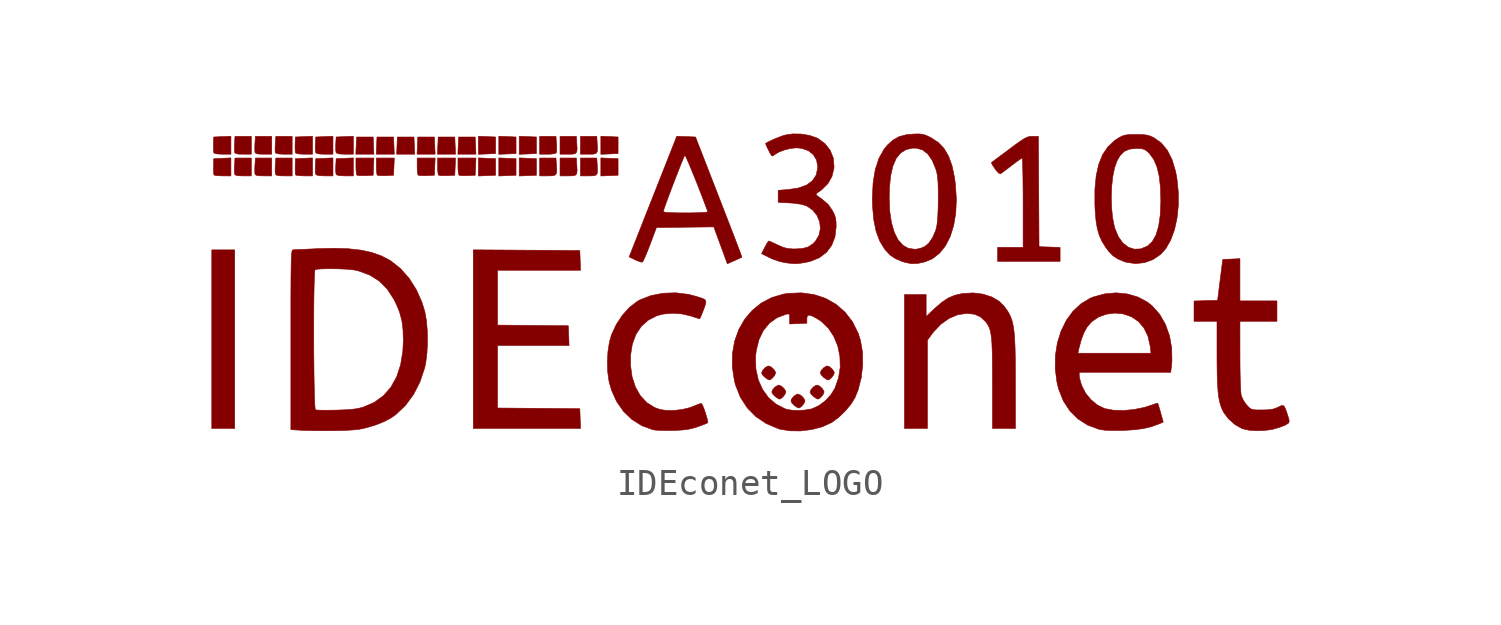
<source format=kicad_sym>
(kicad_symbol_lib
  (version 20211014)
  (generator kicad_symbol_editor)
  (symbol "IDEconet_LOGO"
    (pin_names
      (offset 1.016))
    (property "Reference" "#G"
      (at 0 8.517 0)
      (effects (font (size 1.27 1.27)) hide))
    (symbol "IDEconet_LOGO_0_0"
      (polyline (pts (xy -20.066 1.077) (xy -20.946 1.077) (xy -20.946 -5.775) (xy -20.066 -5.775) (xy -20.066 1.077)) (stroke (width 0.01) (type default) (color 0 0 0 0)) (fill (type outline)))
      (polyline (pts (xy -9.604 3.925) (xy -9.274 3.94) (xy -9.274 4.576) (xy -9.935 4.605) (xy -9.935 3.911) (xy -9.604 3.925)) (stroke (width 0.01) (type default) (color 0 0 0 0)) (fill (type outline)))
      (polyline (pts (xy -9.604 4.757) (xy -9.274 4.772) (xy -9.274 5.408) (xy -9.935 5.437) (xy -9.935 4.743) (xy -9.604 4.757)) (stroke (width 0.01) (type default) (color 0 0 0 0)) (fill (type outline)))
      (polyline (pts (xy -14.741 5.078) (xy -14.755 5.408) (xy -15.392 5.408) (xy -15.406 5.078) (xy -15.421 4.747) (xy -14.726 4.747) (xy -14.741 5.078)) (stroke (width 0.01) (type default) (color 0 0 0 0)) (fill (type outline)))
      (polyline (pts (xy -13.958 5.078) (xy -13.972 5.408) (xy -14.609 5.408) (xy -14.623 5.078) (xy -14.638 4.747) (xy -13.944 4.747) (xy -13.958 5.078)) (stroke (width 0.01) (type default) (color 0 0 0 0)) (fill (type outline)))
      (polyline (pts (xy -13.175 5.078) (xy -13.189 5.408) (xy -13.826 5.408) (xy -13.84 5.078) (xy -13.854 4.747) (xy -13.16 4.747) (xy -13.175 5.078)) (stroke (width 0.01) (type default) (color 0 0 0 0)) (fill (type outline)))
      (polyline (pts (xy -12.392 5.078) (xy -12.406 5.408) (xy -13.043 5.408) (xy -13.057 5.078) (xy -13.072 4.747) (xy -12.377 4.747) (xy -12.392 5.078)) (stroke (width 0.01) (type default) (color 0 0 0 0)) (fill (type outline)))
      (polyline (pts (xy -11.609 5.078) (xy -11.623 5.408) (xy -12.259 5.408) (xy -12.274 5.078) (xy -12.289 4.747) (xy -11.594 4.747) (xy -11.609 5.078)) (stroke (width 0.01) (type default) (color 0 0 0 0)) (fill (type outline)))
      (polyline (pts (xy -10.826 5.078) (xy -10.84 5.408) (xy -11.476 5.408) (xy -11.491 5.078) (xy -11.505 4.747) (xy -10.811 4.747) (xy -10.826 5.078)) (stroke (width 0.01) (type default) (color 0 0 0 0)) (fill (type outline)))
      (polyline (pts (xy -10.387 3.925) (xy -10.057 3.94) (xy -10.057 4.576) (xy -10.387 4.59) (xy -10.718 4.605) (xy -10.718 3.911) (xy -10.387 3.925)) (stroke (width 0.01) (type default) (color 0 0 0 0)) (fill (type outline)))
      (polyline (pts (xy -10.387 4.757) (xy -10.057 4.772) (xy -10.057 5.408) (xy -10.387 5.422) (xy -10.718 5.437) (xy -10.718 4.743) (xy -10.387 4.757)) (stroke (width 0.01) (type default) (color 0 0 0 0)) (fill (type outline)))
      (polyline (pts (xy -8.822 3.925) (xy -8.491 3.94) (xy -8.491 4.576) (xy -8.822 4.59) (xy -9.152 4.605) (xy -9.152 3.911) (xy -8.822 3.925)) (stroke (width 0.01) (type default) (color 0 0 0 0)) (fill (type outline)))
      (polyline (pts (xy -8.822 4.757) (xy -8.491 4.772) (xy -8.491 5.408) (xy -8.822 5.422) (xy -9.152 5.437) (xy -9.152 4.743) (xy -8.822 4.757)) (stroke (width 0.01) (type default) (color 0 0 0 0)) (fill (type outline)))
      (polyline (pts (xy -5.689 3.925) (xy -5.359 3.94) (xy -5.359 4.576) (xy -5.689 4.59) (xy -6.02 4.605) (xy -6.02 3.911) (xy -5.689 3.925)) (stroke (width 0.01) (type default) (color 0 0 0 0)) (fill (type outline)))
      (polyline (pts (xy -5.689 4.757) (xy -5.359 4.772) (xy -5.359 5.408) (xy -5.689 5.422) (xy -6.02 5.437) (xy -6.02 4.743) (xy -5.689 4.757)) (stroke (width 0.01) (type default) (color 0 0 0 0)) (fill (type outline)))
      (polyline (pts (xy -7.88 3.92) (xy -7.775 3.946) (xy -7.723 4.013) (xy -7.711 4.139) (xy -7.723 4.343) (xy -7.742 4.6) (xy -8.369 4.6) (xy -8.369 3.915) (xy -8.053 3.915) (xy -7.88 3.92)) (stroke (width 0.01) (type default) (color 0 0 0 0)) (fill (type outline)))
      (polyline (pts (xy -7.086 3.919) (xy -6.989 3.945) (xy -6.942 4.01) (xy -6.931 4.134) (xy -6.942 4.338) (xy -6.958 4.6) (xy -7.586 4.6) (xy -7.586 3.915) (xy -7.25 3.915) (xy -7.086 3.919)) (stroke (width 0.01) (type default) (color 0 0 0 0)) (fill (type outline)))
      (polyline (pts (xy -7.086 4.751) (xy -6.989 4.777) (xy -6.942 4.842) (xy -6.931 4.966) (xy -6.942 5.17) (xy -6.958 5.432) (xy -7.586 5.432) (xy -7.586 4.747) (xy -7.25 4.747) (xy -7.086 4.751)) (stroke (width 0.01) (type default) (color 0 0 0 0)) (fill (type outline)))
      (polyline (pts (xy -6.303 3.919) (xy -6.206 3.945) (xy -6.159 4.01) (xy -6.148 4.134) (xy -6.159 4.338) (xy -6.176 4.6) (xy -6.803 4.6) (xy -6.803 3.915) (xy -6.467 3.915) (xy -6.303 3.919)) (stroke (width 0.01) (type default) (color 0 0 0 0)) (fill (type outline)))
      (polyline (pts (xy -6.303 4.751) (xy -6.206 4.777) (xy -6.159 4.842) (xy -6.148 4.966) (xy -6.159 5.17) (xy -6.176 5.432) (xy -6.803 5.432) (xy -6.803 4.747) (xy -6.467 4.747) (xy -6.303 4.751)) (stroke (width 0.01) (type default) (color 0 0 0 0)) (fill (type outline)))
      (polyline (pts (xy -17.863 5.432) (xy -18.49 5.432) (xy -18.51 5.151) (xy -18.516 5.03) (xy -18.517 4.888) (xy -18.509 4.808) (xy -18.489 4.787) (xy -18.379 4.757) (xy -18.176 4.747) (xy -17.863 4.747) (xy -17.863 5.432)) (stroke (width 0.01) (type default) (color 0 0 0 0)) (fill (type outline)))
      (polyline (pts (xy -7.944 4.75) (xy -7.787 4.769) (xy -7.723 4.808) (xy -7.716 4.859) (xy -7.715 4.987) (xy -7.722 5.151) (xy -7.742 5.432) (xy -8.369 5.432) (xy -8.369 4.747) (xy -8.056 4.747) (xy -7.944 4.75)) (stroke (width 0.01) (type default) (color 0 0 0 0)) (fill (type outline)))
      (polyline (pts (xy -20.212 4.605) (xy -20.543 4.59) (xy -20.873 4.576) (xy -20.879 4.282) (xy -20.88 4.149) (xy -20.874 4.017) (xy -20.864 3.952) (xy -20.815 3.934) (xy -20.693 3.921) (xy -20.527 3.915) (xy -20.212 3.915) (xy -20.212 4.605)) (stroke (width 0.01) (type default) (color 0 0 0 0)) (fill (type outline)))
      (polyline (pts (xy -20.212 5.437) (xy -20.543 5.422) (xy -20.873 5.408) (xy -20.882 5.139) (xy -20.884 5.031) (xy -20.881 4.889) (xy -20.871 4.808) (xy -20.851 4.786) (xy -20.739 4.757) (xy -20.532 4.747) (xy -20.212 4.747) (xy -20.212 5.437)) (stroke (width 0.01) (type default) (color 0 0 0 0)) (fill (type outline)))
      (polyline (pts (xy -19.429 4.6) (xy -20.056 4.6) (xy -20.073 4.338) (xy -20.078 4.237) (xy -20.08 4.087) (xy -20.074 3.995) (xy -20.068 3.975) (xy -20.023 3.939) (xy -19.922 3.92) (xy -19.744 3.915) (xy -19.429 3.915) (xy -19.429 4.6)) (stroke (width 0.01) (type default) (color 0 0 0 0)) (fill (type outline)))
      (polyline (pts (xy -19.429 5.432) (xy -20.056 5.432) (xy -20.073 5.17) (xy -20.078 5.069) (xy -20.08 4.919) (xy -20.074 4.827) (xy -20.068 4.807) (xy -20.023 4.771) (xy -19.922 4.752) (xy -19.744 4.747) (xy -19.429 4.747) (xy -19.429 5.432)) (stroke (width 0.01) (type default) (color 0 0 0 0)) (fill (type outline)))
      (polyline (pts (xy -18.646 4.6) (xy -19.273 4.6) (xy -19.29 4.338) (xy -19.295 4.237) (xy -19.297 4.087) (xy -19.291 3.995) (xy -19.285 3.975) (xy -19.24 3.939) (xy -19.139 3.92) (xy -18.961 3.915) (xy -18.646 3.915) (xy -18.646 4.6)) (stroke (width 0.01) (type default) (color 0 0 0 0)) (fill (type outline)))
      (polyline (pts (xy -18.646 5.432) (xy -19.273 5.432) (xy -19.29 5.17) (xy -19.295 5.069) (xy -19.297 4.919) (xy -19.291 4.827) (xy -19.285 4.807) (xy -19.24 4.771) (xy -19.139 4.752) (xy -18.961 4.747) (xy -18.646 4.747) (xy -18.646 5.432)) (stroke (width 0.01) (type default) (color 0 0 0 0)) (fill (type outline)))
      (polyline (pts (xy -17.863 4.6) (xy -18.49 4.6) (xy -18.509 4.343) (xy -18.515 4.249) (xy -18.516 4.098) (xy -18.508 4.001) (xy -18.498 3.974) (xy -18.452 3.938) (xy -18.351 3.92) (xy -18.176 3.915) (xy -17.863 3.915) (xy -17.863 4.6)) (stroke (width 0.01) (type default) (color 0 0 0 0)) (fill (type outline)))
      (polyline (pts (xy -17.08 4.605) (xy -17.41 4.59) (xy -17.741 4.576) (xy -17.747 4.282) (xy -17.747 4.149) (xy -17.742 4.017) (xy -17.732 3.952) (xy -17.682 3.934) (xy -17.561 3.921) (xy -17.395 3.915) (xy -17.08 3.915) (xy -17.08 4.605)) (stroke (width 0.01) (type default) (color 0 0 0 0)) (fill (type outline)))
      (polyline (pts (xy -17.08 5.437) (xy -17.41 5.422) (xy -17.741 5.408) (xy -17.75 5.139) (xy -17.752 5.031) (xy -17.749 4.889) (xy -17.739 4.808) (xy -17.719 4.786) (xy -17.607 4.757) (xy -17.4 4.747) (xy -17.08 4.747) (xy -17.08 5.437)) (stroke (width 0.01) (type default) (color 0 0 0 0)) (fill (type outline)))
      (polyline (pts (xy -16.297 4.605) (xy -16.627 4.59) (xy -16.958 4.576) (xy -16.973 4.313) (xy -16.977 4.21) (xy -16.974 4.067) (xy -16.962 3.982) (xy -16.927 3.949) (xy -16.814 3.923) (xy -16.617 3.915) (xy -16.297 3.915) (xy -16.297 4.605)) (stroke (width 0.01) (type default) (color 0 0 0 0)) (fill (type outline)))
      (polyline (pts (xy -16.297 5.437) (xy -16.627 5.422) (xy -16.958 5.408) (xy -16.973 5.145) (xy -16.977 5.042) (xy -16.974 4.899) (xy -16.962 4.814) (xy -16.927 4.781) (xy -16.814 4.755) (xy -16.617 4.747) (xy -16.297 4.747) (xy -16.297 5.437)) (stroke (width 0.01) (type default) (color 0 0 0 0)) (fill (type outline)))
      (polyline (pts (xy -15.514 4.605) (xy -15.844 4.59) (xy -16.175 4.576) (xy -16.19 4.313) (xy -16.194 4.21) (xy -16.191 4.067) (xy -16.179 3.982) (xy -16.144 3.949) (xy -16.031 3.923) (xy -15.834 3.915) (xy -15.514 3.915) (xy -15.514 4.605)) (stroke (width 0.01) (type default) (color 0 0 0 0)) (fill (type outline)))
      (polyline (pts (xy -15.514 5.437) (xy -15.844 5.422) (xy -16.175 5.408) (xy -16.19 5.145) (xy -16.194 5.042) (xy -16.191 4.899) (xy -16.179 4.814) (xy -16.144 4.781) (xy -16.031 4.755) (xy -15.834 4.747) (xy -15.514 4.747) (xy -15.514 5.437)) (stroke (width 0.01) (type default) (color 0 0 0 0)) (fill (type outline)))
      (polyline (pts (xy -15.051 3.925) (xy -14.755 3.94) (xy -14.741 4.27) (xy -14.726 4.6) (xy -15.416 4.6) (xy -15.416 4.29) (xy -15.412 4.141) (xy -15.399 4.01) (xy -15.382 3.946) (xy -15.335 3.932) (xy -15.214 3.923) (xy -15.051 3.925)) (stroke (width 0.01) (type default) (color 0 0 0 0)) (fill (type outline)))
      (polyline (pts (xy -14.268 3.925) (xy -13.972 3.94) (xy -13.958 4.27) (xy -13.944 4.6) (xy -14.633 4.6) (xy -14.633 4.29) (xy -14.629 4.141) (xy -14.617 4.01) (xy -14.598 3.946) (xy -14.552 3.932) (xy -14.431 3.923) (xy -14.268 3.925)) (stroke (width 0.01) (type default) (color 0 0 0 0)) (fill (type outline)))
      (polyline (pts (xy -12.702 3.925) (xy -12.406 3.94) (xy -12.392 4.27) (xy -12.377 4.6) (xy -13.067 4.6) (xy -13.067 4.29) (xy -13.063 4.141) (xy -13.05 4.01) (xy -13.032 3.946) (xy -12.986 3.932) (xy -12.864 3.923) (xy -12.702 3.925)) (stroke (width 0.01) (type default) (color 0 0 0 0)) (fill (type outline)))
      (polyline (pts (xy -11.919 3.925) (xy -11.623 3.94) (xy -11.609 4.27) (xy -11.594 4.6) (xy -12.284 4.6) (xy -12.284 4.29) (xy -12.28 4.141) (xy -12.267 4.01) (xy -12.249 3.946) (xy -12.203 3.932) (xy -12.081 3.923) (xy -11.919 3.925)) (stroke (width 0.01) (type default) (color 0 0 0 0)) (fill (type outline)))
      (polyline (pts (xy -11.136 3.925) (xy -10.84 3.94) (xy -10.826 4.27) (xy -10.811 4.6) (xy -11.501 4.6) (xy -11.501 4.29) (xy -11.497 4.141) (xy -11.484 4.01) (xy -11.466 3.946) (xy -11.419 3.932) (xy -11.298 3.923) (xy -11.136 3.925)) (stroke (width 0.01) (type default) (color 0 0 0 0)) (fill (type outline)))
      (polyline (pts (xy -6.813 -5.396) (xy -6.827 -5.016) (xy -8.405 -5.003) (xy -9.984 -4.99) (xy -9.984 -2.594) (xy -7.239 -2.594) (xy -7.268 -1.835) (xy -9.984 -1.809) (xy -9.984 0.294) (xy -6.799 0.294) (xy -6.813 0.673) (xy -6.827 1.052) (xy -10.914 1.078) (xy -10.914 -5.775) (xy -6.799 -5.775) (xy -6.813 -5.396)) (stroke (width 0.01) (type default) (color 0 0 0 0)) (fill (type outline)))
      (polyline (pts (xy 0.491 -3.9) (xy 0.576 -3.828) (xy 0.652 -3.73) (xy 0.685 -3.646) (xy 0.678 -3.607) (xy 0.613 -3.505) (xy 0.513 -3.415) (xy 0.416 -3.377) (xy 0.376 -3.385) (xy 0.274 -3.45) (xy 0.185 -3.548) (xy 0.147 -3.643) (xy 0.147 -3.646) (xy 0.187 -3.725) (xy 0.276 -3.814) (xy 0.284 -3.82) (xy 0.383 -3.888) (xy 0.447 -3.915) (xy 0.491 -3.9)) (stroke (width 0.01) (type default) (color 0 0 0 0)) (fill (type outline)))
      (polyline (pts (xy 0.882 -4.634) (xy 0.968 -4.562) (xy 1.044 -4.465) (xy 1.077 -4.38) (xy 1.069 -4.341) (xy 1.004 -4.239) (xy 0.905 -4.149) (xy 0.807 -4.111) (xy 0.767 -4.119) (xy 0.665 -4.184) (xy 0.577 -4.282) (xy 0.538 -4.377) (xy 0.539 -4.38) (xy 0.579 -4.459) (xy 0.667 -4.548) (xy 0.675 -4.554) (xy 0.774 -4.622) (xy 0.839 -4.649) (xy 0.882 -4.634)) (stroke (width 0.01) (type default) (color 0 0 0 0)) (fill (type outline)))
      (polyline (pts (xy 1.616 -4.976) (xy 1.702 -4.904) (xy 1.778 -4.807) (xy 1.811 -4.723) (xy 1.803 -4.684) (xy 1.738 -4.581) (xy 1.639 -4.492) (xy 1.542 -4.454) (xy 1.502 -4.462) (xy 1.4 -4.527) (xy 1.311 -4.625) (xy 1.272 -4.719) (xy 1.273 -4.723) (xy 1.313 -4.801) (xy 1.401 -4.891) (xy 1.41 -4.897) (xy 1.508 -4.964) (xy 1.573 -4.992) (xy 1.616 -4.976)) (stroke (width 0.01) (type default) (color 0 0 0 0)) (fill (type outline)))
      (polyline (pts (xy 2.35 -4.634) (xy 2.436 -4.562) (xy 2.512 -4.465) (xy 2.545 -4.38) (xy 2.537 -4.341) (xy 2.473 -4.239) (xy 2.373 -4.149) (xy 2.276 -4.111) (xy 2.236 -4.119) (xy 2.134 -4.184) (xy 2.045 -4.282) (xy 2.007 -4.377) (xy 2.007 -4.38) (xy 2.047 -4.459) (xy 2.135 -4.548) (xy 2.144 -4.554) (xy 2.243 -4.622) (xy 2.307 -4.649) (xy 2.35 -4.634)) (stroke (width 0.01) (type default) (color 0 0 0 0)) (fill (type outline)))
      (polyline (pts (xy 2.742 -3.9) (xy 2.828 -3.828) (xy 2.904 -3.73) (xy 2.936 -3.646) (xy 2.929 -3.607) (xy 2.864 -3.505) (xy 2.764 -3.415) (xy 2.667 -3.377) (xy 2.627 -3.385) (xy 2.525 -3.45) (xy 2.436 -3.548) (xy 2.398 -3.643) (xy 2.398 -3.646) (xy 2.438 -3.725) (xy 2.527 -3.814) (xy 2.535 -3.82) (xy 2.634 -3.888) (xy 2.698 -3.915) (xy 2.742 -3.9)) (stroke (width 0.01) (type default) (color 0 0 0 0)) (fill (type outline)))
      (polyline (pts (xy 11.599 1.171) (xy 11.195 1.185) (xy 10.791 1.199) (xy 10.779 3.316) (xy 10.766 5.432) (xy 10.538 5.432) (xy 10.485 5.431) (xy 10.402 5.421) (xy 10.316 5.393) (xy 10.212 5.339) (xy 10.076 5.25) (xy 9.892 5.119) (xy 9.646 4.936) (xy 9.474 4.807) (xy 9.275 4.659) (xy 9.115 4.539) (xy 9.007 4.458) (xy 8.964 4.425) (xy 8.971 4.399) (xy 9.02 4.311) (xy 9.101 4.187) (xy 9.159 4.109) (xy 9.252 4.014) (xy 9.314 3.997) (xy 9.339 4.013) (xy 9.434 4.082) (xy 9.575 4.188) (xy 9.741 4.316) (xy 9.835 4.387) (xy 9.984 4.497) (xy 10.094 4.572) (xy 10.145 4.6) (xy 10.152 4.564) (xy 10.159 4.441) (xy 10.166 4.24) (xy 10.172 3.973) (xy 10.176 3.652) (xy 10.179 3.286) (xy 10.18 2.888) (xy 10.18 1.175) (xy 9.201 1.175) (xy 9.201 0.636) (xy 11.599 0.636) (xy 11.599 1.171)) (stroke (width 0.01) (type default) (color 0 0 0 0)) (fill (type outline)))
      (polyline (pts (xy 6.509 -2.387) (xy 6.685 -2.147) (xy 6.743 -2.072) (xy 7.03 -1.77) (xy 7.347 -1.547) (xy 7.683 -1.408) (xy 8.025 -1.361) (xy 8.034 -1.361) (xy 8.314 -1.392) (xy 8.538 -1.49) (xy 8.729 -1.665) (xy 8.741 -1.679) (xy 8.807 -1.767) (xy 8.861 -1.86) (xy 8.905 -1.97) (xy 8.938 -2.106) (xy 8.964 -2.278) (xy 8.982 -2.497) (xy 8.994 -2.774) (xy 9.001 -3.117) (xy 9.004 -3.538) (xy 9.005 -4.046) (xy 9.005 -5.775) (xy 9.886 -5.775) (xy 9.885 -4.001) (xy 9.884 -3.523) (xy 9.88 -3.047) (xy 9.871 -2.65) (xy 9.855 -2.321) (xy 9.832 -2.05) (xy 9.8 -1.828) (xy 9.757 -1.643) (xy 9.701 -1.486) (xy 9.631 -1.345) (xy 9.545 -1.211) (xy 9.442 -1.074) (xy 9.262 -0.897) (xy 8.981 -0.731) (xy 8.645 -0.622) (xy 8.272 -0.575) (xy 7.88 -0.595) (xy 7.842 -0.6) (xy 7.56 -0.664) (xy 7.31 -0.769) (xy 7.064 -0.932) (xy 6.795 -1.164) (xy 6.46 -1.48) (xy 6.46 -0.636) (xy 5.628 -0.636) (xy 5.628 -5.775) (xy 6.509 -5.775) (xy 6.509 -2.387)) (stroke (width 0.01) (type default) (color 0 0 0 0)) (fill (type outline)))
      (polyline (pts (xy 19.445 -5.852) (xy 19.753 -5.809) (xy 20.017 -5.733) (xy 20.1 -5.701) (xy 20.264 -5.632) (xy 20.356 -5.575) (xy 20.389 -5.51) (xy 20.378 -5.418) (xy 20.334 -5.279) (xy 20.303 -5.183) (xy 20.244 -5.016) (xy 20.195 -4.922) (xy 20.141 -4.891) (xy 20.067 -4.908) (xy 19.957 -4.961) (xy 19.904 -4.985) (xy 19.758 -5.034) (xy 19.581 -5.058) (xy 19.34 -5.065) (xy 19.143 -5.064) (xy 19.012 -5.054) (xy 18.924 -5.027) (xy 18.852 -4.974) (xy 18.769 -4.886) (xy 18.725 -4.835) (xy 18.619 -4.673) (xy 18.552 -4.519) (xy 18.543 -4.471) (xy 18.529 -4.314) (xy 18.517 -4.077) (xy 18.508 -3.771) (xy 18.502 -3.407) (xy 18.5 -2.998) (xy 18.499 -1.664) (xy 19.919 -1.664) (xy 19.919 -0.881) (xy 18.499 -0.881) (xy 18.499 0.739) (xy 18.169 0.724) (xy 17.839 0.71) (xy 17.74 -0.073) (xy 17.642 -0.856) (xy 17.19 -0.871) (xy 16.738 -0.885) (xy 16.738 -1.664) (xy 17.619 -1.664) (xy 17.619 -2.973) (xy 17.621 -3.366) (xy 17.628 -3.783) (xy 17.642 -4.124) (xy 17.663 -4.401) (xy 17.694 -4.627) (xy 17.735 -4.814) (xy 17.789 -4.975) (xy 17.855 -5.121) (xy 17.878 -5.163) (xy 18.065 -5.411) (xy 18.31 -5.627) (xy 18.576 -5.777) (xy 18.592 -5.783) (xy 18.832 -5.84) (xy 19.128 -5.863) (xy 19.445 -5.852)) (stroke (width 0.01) (type default) (color 0 0 0 0)) (fill (type outline)))
      (polyline (pts (xy -0.892 0.665) (xy -0.764 0.722) (xy -0.653 0.773) (xy -0.607 0.797) (xy -0.608 0.8) (xy -0.632 0.868) (xy -0.687 1.016) (xy -0.77 1.236) (xy -0.878 1.518) (xy -1.008 1.856) (xy -1.156 2.239) (xy -1.319 2.659) (xy -1.493 3.108) (xy -2.388 5.408) (xy -2.748 5.422) (xy -3.108 5.435) (xy -4.021 3.122) (xy -4.244 2.558) (xy -3.622 2.558) (xy -3.619 2.571) (xy -3.591 2.663) (xy -3.534 2.823) (xy -3.456 3.036) (xy -3.363 3.286) (xy -3.261 3.556) (xy -3.155 3.831) (xy -3.053 4.094) (xy -2.96 4.33) (xy -2.882 4.521) (xy -2.826 4.653) (xy -2.797 4.709) (xy -2.796 4.71) (xy -2.766 4.661) (xy -2.707 4.535) (xy -2.625 4.345) (xy -2.524 4.103) (xy -2.409 3.82) (xy -2.286 3.51) (xy -2.16 3.185) (xy -2.035 2.858) (xy -1.917 2.54) (xy -1.939 2.529) (xy -2.045 2.515) (xy -2.225 2.505) (xy -2.469 2.498) (xy -2.761 2.496) (xy -2.864 2.496) (xy -3.164 2.499) (xy -3.38 2.506) (xy -3.521 2.517) (xy -3.598 2.534) (xy -3.622 2.558) (xy -4.244 2.558) (xy -4.935 0.807) (xy -4.706 0.698) (xy -4.621 0.66) (xy -4.498 0.615) (xy -4.429 0.604) (xy -4.42 0.613) (xy -4.376 0.692) (xy -4.308 0.841) (xy -4.225 1.041) (xy -4.134 1.276) (xy -3.887 1.933) (xy -1.687 1.959) (xy -1.167 0.543) (xy -0.892 0.665)) (stroke (width 0.01) (type default) (color 0 0 0 0)) (fill (type outline)))
      (polyline (pts (xy -3.255 -5.852) (xy -3.195 -5.85) (xy -2.915 -5.836) (xy -2.694 -5.811) (xy -2.502 -5.77) (xy -2.307 -5.71) (xy -2.27 -5.697) (xy -2.101 -5.635) (xy -1.975 -5.585) (xy -1.918 -5.556) (xy -1.914 -5.539) (xy -1.929 -5.449) (xy -1.966 -5.31) (xy -2.017 -5.149) (xy -2.071 -4.995) (xy -2.121 -4.875) (xy -2.157 -4.819) (xy -2.206 -4.823) (xy -2.32 -4.861) (xy -2.471 -4.925) (xy -2.606 -4.976) (xy -2.89 -5.045) (xy -3.201 -5.082) (xy -3.499 -5.083) (xy -3.748 -5.047) (xy -3.958 -4.971) (xy -4.257 -4.783) (xy -4.503 -4.519) (xy -4.693 -4.187) (xy -4.821 -3.793) (xy -4.882 -3.346) (xy -4.88 -2.967) (xy -4.812 -2.538) (xy -4.674 -2.166) (xy -4.468 -1.857) (xy -4.196 -1.616) (xy -3.862 -1.447) (xy -3.625 -1.386) (xy -3.271 -1.355) (xy -2.904 -1.381) (xy -2.559 -1.462) (xy -2.406 -1.513) (xy -2.286 -1.552) (xy -2.232 -1.566) (xy -2.214 -1.542) (xy -2.17 -1.449) (xy -2.114 -1.309) (xy -2.035 -1.099) (xy -1.993 -0.96) (xy -1.995 -0.872) (xy -2.051 -0.815) (xy -2.17 -0.768) (xy -2.359 -0.708) (xy -2.661 -0.629) (xy -3.147 -0.57) (xy -3.635 -0.587) (xy -4.1 -0.677) (xy -4.52 -0.841) (xy -4.618 -0.896) (xy -4.919 -1.127) (xy -5.195 -1.433) (xy -5.433 -1.794) (xy -5.616 -2.193) (xy -5.691 -2.458) (xy -5.747 -2.822) (xy -5.769 -3.217) (xy -5.757 -3.609) (xy -5.707 -3.964) (xy -5.611 -4.307) (xy -5.415 -4.742) (xy -5.151 -5.119) (xy -4.827 -5.43) (xy -4.45 -5.667) (xy -4.028 -5.822) (xy -3.923 -5.838) (xy -3.736 -5.85) (xy -3.504 -5.855) (xy -3.255 -5.852)) (stroke (width 0.01) (type default) (color 0 0 0 0)) (fill (type outline)))
      (polyline (pts (xy 6.144 0.557) (xy 6.421 0.618) (xy 6.7 0.736) (xy 6.973 0.947) (xy 7.202 1.234) (xy 7.384 1.59) (xy 7.516 2.009) (xy 7.596 2.483) (xy 7.62 3.005) (xy 7.586 3.569) (xy 7.547 3.865) (xy 7.452 4.309) (xy 7.32 4.674) (xy 7.146 4.968) (xy 6.926 5.199) (xy 6.656 5.375) (xy 6.572 5.418) (xy 6.425 5.483) (xy 6.298 5.516) (xy 6.151 5.526) (xy 5.946 5.518) (xy 5.696 5.494) (xy 5.427 5.423) (xy 5.2 5.298) (xy 4.985 5.106) (xy 4.843 4.935) (xy 4.648 4.586) (xy 4.509 4.162) (xy 4.426 3.662) (xy 4.397 3.083) (xy 4.398 3.059) (xy 5.042 3.059) (xy 5.053 3.471) (xy 5.099 3.926) (xy 5.185 4.296) (xy 5.31 4.584) (xy 5.477 4.791) (xy 5.687 4.923) (xy 5.942 4.981) (xy 6.08 4.98) (xy 6.318 4.914) (xy 6.52 4.759) (xy 6.691 4.514) (xy 6.831 4.177) (xy 6.851 4.112) (xy 6.882 3.981) (xy 6.903 3.829) (xy 6.917 3.638) (xy 6.923 3.388) (xy 6.925 3.059) (xy 6.925 3.037) (xy 6.92 2.682) (xy 6.907 2.37) (xy 6.887 2.121) (xy 6.862 1.952) (xy 6.819 1.802) (xy 6.709 1.552) (xy 6.57 1.346) (xy 6.417 1.21) (xy 6.277 1.149) (xy 6.118 1.109) (xy 6.028 1.1) (xy 5.779 1.135) (xy 5.564 1.258) (xy 5.382 1.465) (xy 5.237 1.752) (xy 5.13 2.117) (xy 5.065 2.553) (xy 5.042 3.059) (xy 4.398 3.059) (xy 4.403 2.765) (xy 4.448 2.241) (xy 4.538 1.795) (xy 4.676 1.422) (xy 4.862 1.116) (xy 4.896 1.073) (xy 5.078 0.878) (xy 5.279 0.741) (xy 5.537 0.632) (xy 5.67 0.591) (xy 5.907 0.547) (xy 6.144 0.557)) (stroke (width 0.01) (type default) (color 0 0 0 0)) (fill (type outline)))
      (polyline (pts (xy 13.997 -5.85) (xy 14.069 -5.848) (xy 14.472 -5.822) (xy 14.808 -5.776) (xy 15.103 -5.705) (xy 15.383 -5.604) (xy 15.557 -5.531) (xy 15.459 -5.177) (xy 15.45 -5.146) (xy 15.402 -4.979) (xy 15.365 -4.858) (xy 15.345 -4.807) (xy 15.336 -4.806) (xy 15.261 -4.824) (xy 15.141 -4.867) (xy 14.832 -4.967) (xy 14.43 -5.048) (xy 14.025 -5.085) (xy 13.644 -5.074) (xy 13.316 -5.013) (xy 13.298 -5.008) (xy 13.035 -4.878) (xy 12.788 -4.676) (xy 12.581 -4.425) (xy 12.437 -4.146) (xy 12.393 -4.014) (xy 12.35 -3.853) (xy 12.333 -3.742) (xy 12.333 -3.622) (xy 15.843 -3.622) (xy 15.874 -3.365) (xy 15.89 -3.192) (xy 15.882 -2.699) (xy 15.799 -2.226) (xy 15.644 -1.789) (xy 15.423 -1.401) (xy 15.14 -1.079) (xy 14.951 -0.929) (xy 14.587 -0.733) (xy 14.181 -0.614) (xy 13.748 -0.572) (xy 13.304 -0.611) (xy 12.863 -0.733) (xy 12.755 -0.778) (xy 12.401 -0.991) (xy 12.093 -1.278) (xy 11.836 -1.631) (xy 11.636 -2.039) (xy 11.495 -2.49) (xy 11.433 -2.888) (xy 12.282 -2.888) (xy 12.312 -2.753) (xy 12.325 -2.692) (xy 12.415 -2.359) (xy 12.516 -2.096) (xy 12.638 -1.879) (xy 12.812 -1.679) (xy 13.072 -1.501) (xy 13.373 -1.391) (xy 13.694 -1.349) (xy 14.017 -1.379) (xy 14.324 -1.483) (xy 14.595 -1.662) (xy 14.809 -1.908) (xy 14.969 -2.232) (xy 15.055 -2.613) (xy 15.087 -2.888) (xy 12.282 -2.888) (xy 11.433 -2.888) (xy 11.419 -2.975) (xy 11.412 -3.482) (xy 11.479 -4.003) (xy 11.546 -4.274) (xy 11.724 -4.718) (xy 11.972 -5.098) (xy 12.285 -5.409) (xy 12.659 -5.647) (xy 13.092 -5.807) (xy 13.115 -5.813) (xy 13.323 -5.843) (xy 13.615 -5.855) (xy 13.997 -5.85)) (stroke (width 0.01) (type default) (color 0 0 0 0)) (fill (type outline)))
      (polyline (pts (xy 14.839 0.587) (xy 15.173 0.71) (xy 15.47 0.916) (xy 15.659 1.131) (xy 15.844 1.456) (xy 15.987 1.847) (xy 16.085 2.291) (xy 16.136 2.776) (xy 16.135 3.287) (xy 16.082 3.813) (xy 16.031 4.085) (xy 15.897 4.535) (xy 15.712 4.9) (xy 15.477 5.183) (xy 15.19 5.384) (xy 15.181 5.389) (xy 15.045 5.449) (xy 14.91 5.484) (xy 14.743 5.501) (xy 14.511 5.506) (xy 14.411 5.505) (xy 14.219 5.498) (xy 14.081 5.478) (xy 13.967 5.438) (xy 13.845 5.373) (xy 13.69 5.271) (xy 13.433 5.03) (xy 13.231 4.729) (xy 13.082 4.362) (xy 12.984 3.924) (xy 12.935 3.409) (xy 12.934 3.107) (xy 13.563 3.107) (xy 13.579 3.513) (xy 13.621 3.894) (xy 13.689 4.228) (xy 13.782 4.489) (xy 13.898 4.691) (xy 14.058 4.853) (xy 14.259 4.941) (xy 14.52 4.968) (xy 14.646 4.965) (xy 14.78 4.948) (xy 14.878 4.904) (xy 14.979 4.821) (xy 15.029 4.771) (xy 15.192 4.547) (xy 15.315 4.262) (xy 15.4 3.909) (xy 15.449 3.479) (xy 15.464 2.964) (xy 15.464 2.925) (xy 15.441 2.409) (xy 15.379 1.983) (xy 15.277 1.644) (xy 15.135 1.392) (xy 14.953 1.225) (xy 14.947 1.221) (xy 14.693 1.115) (xy 14.447 1.103) (xy 14.216 1.179) (xy 14.009 1.339) (xy 13.836 1.579) (xy 13.704 1.893) (xy 13.68 1.975) (xy 13.613 2.315) (xy 13.574 2.7) (xy 13.563 3.107) (xy 12.934 3.107) (xy 12.934 2.814) (xy 12.943 2.599) (xy 12.974 2.217) (xy 13.025 1.903) (xy 13.101 1.638) (xy 13.207 1.402) (xy 13.347 1.177) (xy 13.469 1.015) (xy 13.631 0.849) (xy 13.815 0.729) (xy 14.053 0.629) (xy 14.133 0.603) (xy 14.486 0.55) (xy 14.839 0.587)) (stroke (width 0.01) (type default) (color 0 0 0 0)) (fill (type outline)))
      (polyline (pts (xy 2.071 -5.817) (xy 2.473 -5.711) (xy 2.82 -5.554) (xy 2.878 -5.519) (xy 3.125 -5.33) (xy 3.368 -5.094) (xy 3.578 -4.84) (xy 3.727 -4.599) (xy 3.85 -4.297) (xy 3.97 -3.83) (xy 4.027 -3.339) (xy 4.019 -2.852) (xy 3.942 -2.401) (xy 3.849 -2.112) (xy 3.633 -1.68) (xy 3.349 -1.312) (xy 3.004 -1.012) (xy 2.605 -0.785) (xy 2.159 -0.637) (xy 1.673 -0.571) (xy 1.156 -0.593) (xy 0.988 -0.619) (xy 0.537 -0.752) (xy 0.136 -0.963) (xy -0.212 -1.244) (xy -0.502 -1.585) (xy -0.728 -1.98) (xy -0.886 -2.42) (xy -0.971 -2.897) (xy -0.972 -3.045) (xy -0.086 -3.045) (xy -0.057 -2.779) (xy 0.047 -2.365) (xy 0.216 -2.015) (xy 0.449 -1.733) (xy 0.741 -1.524) (xy 1.089 -1.392) (xy 1.132 -1.383) (xy 1.195 -1.383) (xy 1.22 -1.436) (xy 1.224 -1.563) (xy 1.224 -1.766) (xy 1.554 -1.752) (xy 1.884 -1.737) (xy 1.884 -1.578) (xy 1.886 -1.522) (xy 1.912 -1.444) (xy 1.979 -1.426) (xy 2.098 -1.466) (xy 2.283 -1.565) (xy 2.445 -1.672) (xy 2.714 -1.934) (xy 2.924 -2.256) (xy 3.072 -2.622) (xy 3.152 -3.018) (xy 3.163 -3.429) (xy 3.099 -3.84) (xy 2.957 -4.237) (xy 2.814 -4.471) (xy 2.598 -4.707) (xy 2.348 -4.897) (xy 2.091 -5.016) (xy 2.039 -5.03) (xy 1.81 -5.068) (xy 1.554 -5.084) (xy 1.313 -5.076) (xy 1.126 -5.044) (xy 1.033 -5.013) (xy 0.694 -4.836) (xy 0.407 -4.586) (xy 0.18 -4.271) (xy 0.018 -3.903) (xy -0.072 -3.491) (xy -0.086 -3.045) (xy -0.972 -3.045) (xy -0.977 -3.403) (xy -0.899 -3.93) (xy -0.852 -4.113) (xy -0.668 -4.575) (xy -0.408 -4.978) (xy -0.078 -5.316) (xy 0.32 -5.585) (xy 0.78 -5.78) (xy 0.844 -5.8) (xy 1.226 -5.865) (xy 1.645 -5.87) (xy 2.071 -5.817)) (stroke (width 0.01) (type default) (color 0 0 0 0)) (fill (type outline)))
      (polyline (pts (xy 1.616 0.561) (xy 1.804 0.59) (xy 2.014 0.635) (xy 2.359 0.775) (xy 2.635 0.981) (xy 2.837 1.25) (xy 2.962 1.577) (xy 3.007 1.958) (xy 3.004 2.143) (xy 2.986 2.299) (xy 2.941 2.436) (xy 2.859 2.594) (xy 2.698 2.823) (xy 2.452 3.034) (xy 2.396 3.071) (xy 2.284 3.151) (xy 2.238 3.2) (xy 2.25 3.237) (xy 2.307 3.279) (xy 2.458 3.388) (xy 2.694 3.623) (xy 2.845 3.89) (xy 2.92 4.2) (xy 2.927 4.28) (xy 2.897 4.603) (xy 2.778 4.898) (xy 2.579 5.152) (xy 2.305 5.352) (xy 2.261 5.374) (xy 1.984 5.469) (xy 1.664 5.521) (xy 1.337 5.526) (xy 1.042 5.48) (xy 1.018 5.474) (xy 0.872 5.423) (xy 0.697 5.354) (xy 0.523 5.279) (xy 0.382 5.21) (xy 0.303 5.162) (xy 0.309 5.13) (xy 0.349 5.032) (xy 0.416 4.894) (xy 0.488 4.757) (xy 0.538 4.689) (xy 0.581 4.681) (xy 0.634 4.721) (xy 0.648 4.733) (xy 0.809 4.829) (xy 1.026 4.911) (xy 1.262 4.97) (xy 1.481 4.992) (xy 1.686 4.973) (xy 1.938 4.884) (xy 2.132 4.731) (xy 2.256 4.524) (xy 2.3 4.273) (xy 2.298 4.208) (xy 2.239 3.942) (xy 2.096 3.727) (xy 1.87 3.563) (xy 1.562 3.452) (xy 1.172 3.392) (xy 0.783 3.362) (xy 0.783 2.901) (xy 1.236 2.877) (xy 1.365 2.868) (xy 1.67 2.826) (xy 1.88 2.76) (xy 2.104 2.607) (xy 2.273 2.398) (xy 2.374 2.156) (xy 2.403 1.899) (xy 2.353 1.648) (xy 2.221 1.421) (xy 2.1 1.297) (xy 1.925 1.186) (xy 1.71 1.128) (xy 1.429 1.112) (xy 1.329 1.114) (xy 1.132 1.132) (xy 0.96 1.179) (xy 0.762 1.267) (xy 0.753 1.272) (xy 0.597 1.346) (xy 0.479 1.399) (xy 0.423 1.419) (xy 0.4 1.397) (xy 0.342 1.309) (xy 0.27 1.175) (xy 0.146 0.932) (xy 0.443 0.782) (xy 0.593 0.715) (xy 0.819 0.638) (xy 1.018 0.591) (xy 1.169 0.57) (xy 1.337 0.551) (xy 1.473 0.548) (xy 1.616 0.561)) (stroke (width 0.01) (type default) (color 0 0 0 0)) (fill (type outline)))
      (polyline (pts (xy -16.378 -5.862) (xy -16.026 -5.855) (xy -15.71 -5.843) (xy -15.451 -5.825) (xy -15.269 -5.803) (xy -14.984 -5.739) (xy -14.636 -5.632) (xy -14.318 -5.504) (xy -14.064 -5.367) (xy -13.885 -5.24) (xy -13.517 -4.892) (xy -13.206 -4.472) (xy -12.958 -3.986) (xy -12.777 -3.442) (xy -12.737 -3.253) (xy -12.691 -2.874) (xy -12.671 -2.455) (xy -12.678 -2.029) (xy -12.712 -1.631) (xy -12.773 -1.292) (xy -12.883 -0.934) (xy -13.099 -0.45) (xy -13.374 -0.016) (xy -13.7 0.354) (xy -14.066 0.645) (xy -14.129 0.685) (xy -14.455 0.853) (xy -14.82 0.98) (xy -15.235 1.069) (xy -15.71 1.121) (xy -16.256 1.138) (xy -16.884 1.123) (xy -17.116 1.112) (xy -17.378 1.1) (xy -17.596 1.09) (xy -17.751 1.083) (xy -17.826 1.08) (xy -17.838 1.077) (xy -17.853 1.065) (xy -17.866 1.034) (xy -17.877 0.98) (xy -17.886 0.894) (xy -17.893 0.771) (xy -17.899 0.604) (xy -17.903 0.385) (xy -17.907 0.109) (xy -17.909 -0.231) (xy -17.911 -0.643) (xy -17.912 -1.132) (xy -17.912 -1.706) (xy -17.912 -1.942) (xy -17.035 -1.942) (xy -17.034 -1.508) (xy -17.032 -1.096) (xy -17.028 -0.716) (xy -17.022 -0.38) (xy -17.015 -0.097) (xy -17.006 0.12) (xy -16.996 0.262) (xy -16.984 0.317) (xy -16.98 0.319) (xy -16.893 0.337) (xy -16.731 0.348) (xy -16.517 0.353) (xy -16.274 0.353) (xy -16.023 0.347) (xy -15.786 0.336) (xy -15.584 0.319) (xy -15.441 0.298) (xy -15.306 0.266) (xy -14.88 0.108) (xy -14.518 -0.122) (xy -14.215 -0.427) (xy -13.964 -0.814) (xy -13.878 -0.983) (xy -13.743 -1.309) (xy -13.655 -1.632) (xy -13.61 -1.984) (xy -13.597 -2.398) (xy -13.616 -2.801) (xy -13.701 -3.329) (xy -13.854 -3.793) (xy -14.073 -4.189) (xy -14.357 -4.515) (xy -14.705 -4.769) (xy -15.115 -4.949) (xy -15.232 -4.983) (xy -15.401 -5.019) (xy -15.6 -5.044) (xy -15.85 -5.06) (xy -16.175 -5.071) (xy -16.298 -5.073) (xy -16.547 -5.076) (xy -16.754 -5.074) (xy -16.902 -5.069) (xy -16.97 -5.06) (xy -16.982 -5.011) (xy -16.993 -4.875) (xy -17.003 -4.662) (xy -17.011 -4.383) (xy -17.019 -4.05) (xy -17.025 -3.672) (xy -17.029 -3.262) (xy -17.033 -2.829) (xy -17.035 -2.386) (xy -17.035 -1.942) (xy -17.912 -1.942) (xy -17.912 -2.371) (xy -17.912 -5.819) (xy -17.631 -5.837) (xy -17.455 -5.846) (xy -17.113 -5.857) (xy -16.748 -5.862) (xy -16.378 -5.862)) (stroke (width 0.01) (type default) (color 0 0 0 0)) (fill (type outline))))))
</source>
